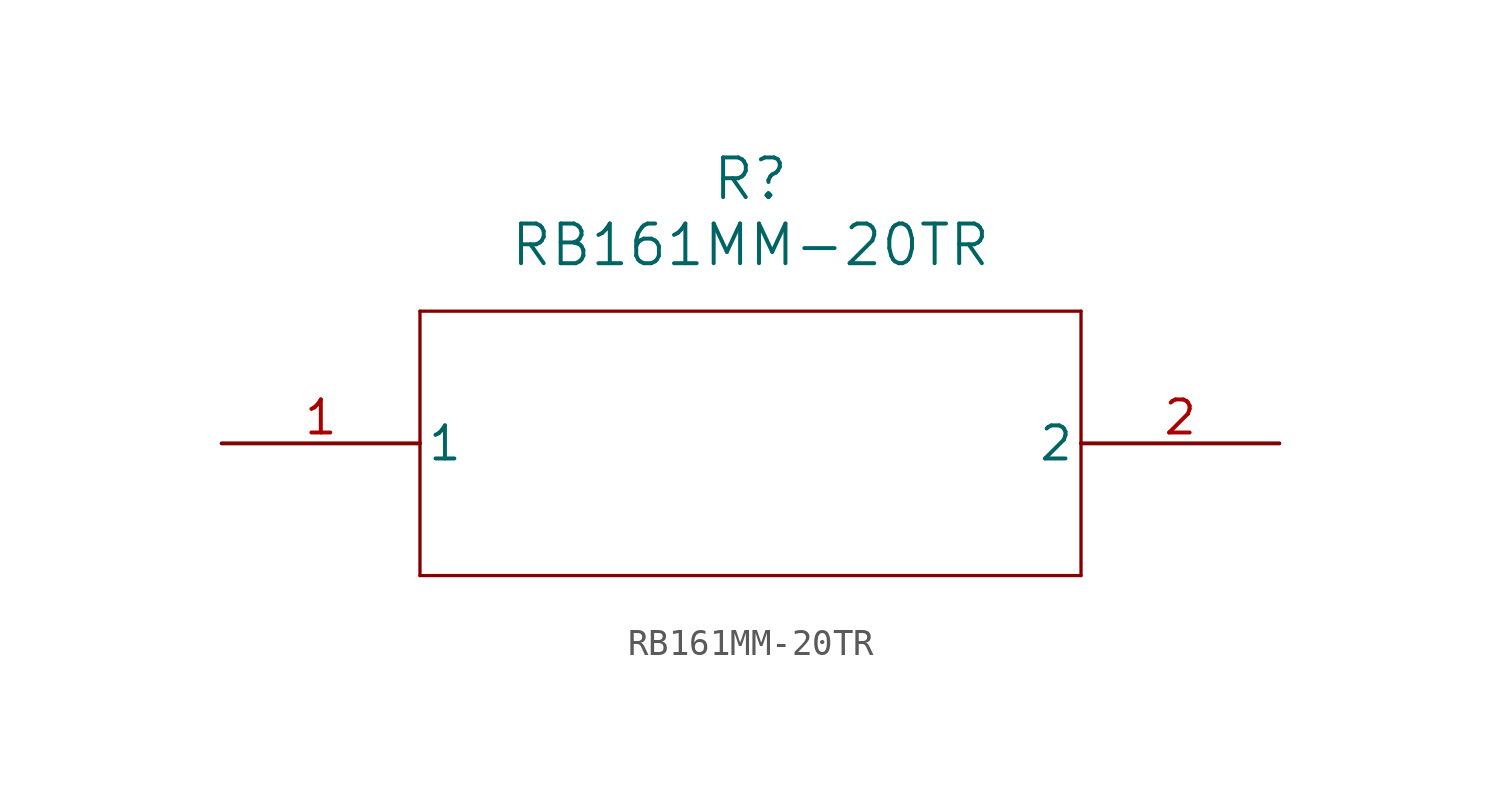
<source format=kicad_sym>
(kicad_symbol_lib
  (version 20211014)
  (generator kicad_symbol_editor)
  (symbol "RB161MM-20TR"
    (pin_names
      (offset 0.254))
    (property "Reference" "R"
      (at 20.32 10.16 0)
      (effects (font (size 1.524 1.524))))
    (property "Value" "RB161MM-20TR"
      (at 20.32 7.62 0)
      (effects (font (size 1.524 1.524))))
    (symbol "RB161MM-20TR_0_1"
      (polyline (pts (xy 7.62 5.08) (xy 7.62 -5.08)) (stroke (width 0.127) (type default) (color 0 0 0 0)) (fill (type none)))
      (polyline (pts (xy 7.62 -5.08) (xy 33.02 -5.08)) (stroke (width 0.127) (type default) (color 0 0 0 0)) (fill (type none)))
      (polyline (pts (xy 33.02 -5.08) (xy 33.02 5.08)) (stroke (width 0.127) (type default) (color 0 0 0 0)) (fill (type none)))
      (polyline (pts (xy 33.02 5.08) (xy 7.62 5.08)) (stroke (width 0.127) (type default) (color 0 0 0 0)) (fill (type none)))
      (pin unspecified line (at 0 0 0) (length 7.62) (name "1" (effects (font (size 1.27 1.27)))) (number "1" (effects (font (size 1.27 1.27)))))
      (pin unspecified line (at 40.64 0 180) (length 7.62) (name "2" (effects (font (size 1.27 1.27)))) (number "2" (effects (font (size 1.27 1.27))))))))
</source>
